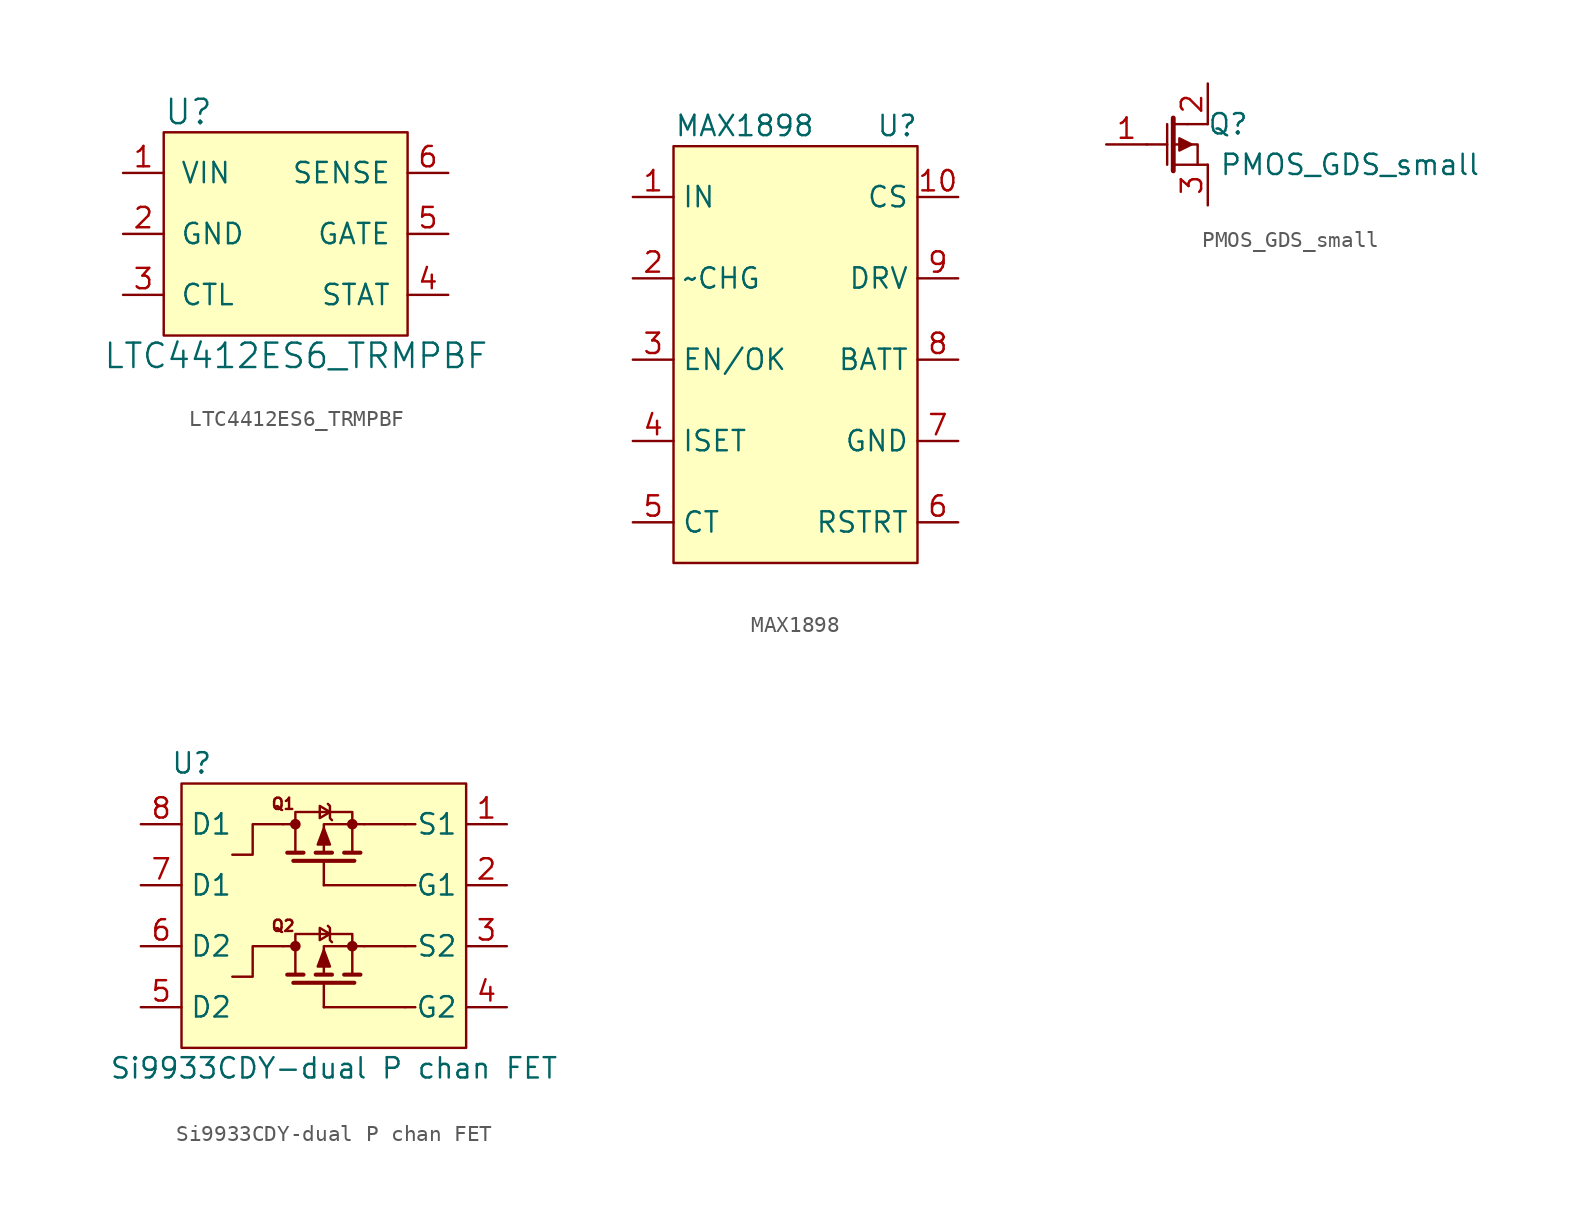
<source format=kicad_sym>
(kicad_symbol_lib
  (version 20210619)
  (generator kicad_symbol_editor)
  (symbol "Li-Ion_18650_charger:LTC4412ES6_TRMPBF"
    (pin_names
      (offset 1.016))
    (property "Reference" "U"
      (at -7.62 -3.81 0)
      (effects (font (size 1.524 1.524)) (justify left)))
    (property "Value" "LTC4412ES6_TRMPBF"
      (at -11.43 -19.05 0)
      (effects (font (size 1.524 1.524)) (justify left)))
    (symbol "LTC4412ES6_TRMPBF_0_1"
      (rectangle (start -7.62 -5.08) (end 7.62 -17.78) (stroke (width 0)) (fill (type background))))
    (symbol "LTC4412ES6_TRMPBF_1_1"
      (pin power_in line (at -10.16 -7.62 0) (length 2.54) (name "VIN" (effects (font (size 1.27 1.27)))) (number "1" (effects (font (size 1.27 1.27)))))
      (pin power_in line (at -10.16 -11.43 0) (length 2.54) (name "GND" (effects (font (size 1.27 1.27)))) (number "2" (effects (font (size 1.27 1.27)))))
      (pin input line (at -10.16 -15.24 0) (length 2.54) (name "CTL" (effects (font (size 1.27 1.27)))) (number "3" (effects (font (size 1.27 1.27)))))
      (pin output line (at 10.16 -15.24 180) (length 2.54) (name "STAT" (effects (font (size 1.27 1.27)))) (number "4" (effects (font (size 1.27 1.27)))))
      (pin output line (at 10.16 -11.43 180) (length 2.54) (name "GATE" (effects (font (size 1.27 1.27)))) (number "5" (effects (font (size 1.27 1.27)))))
      (pin input line (at 10.16 -7.62 180) (length 2.54) (name "SENSE" (effects (font (size 1.27 1.27)))) (number "6" (effects (font (size 1.27 1.27)))))))
  (symbol "Li-Ion_18650_charger:MAX1898"
    (property "Reference" "U"
      (at 6.35 14.605 0)
      (effects (font (size 1.27 1.27))))
    (property "Value" "MAX1898"
      (at -3.175 14.605 0)
      (effects (font (size 1.27 1.27))))
    (symbol "MAX1898_0_1"
      (rectangle (start -7.62 13.335) (end 7.62 -12.7) (stroke (width 0.152)) (fill (type background))))
    (symbol "MAX1898_1_1"
      (pin power_in line (at -10.16 10.16 0) (length 2.54) (name "IN" (effects (font (size 1.27 1.27)))) (number "1" (effects (font (size 1.27 1.27)))))
      (pin input line (at 10.16 10.16 180) (length 2.54) (name "CS" (effects (font (size 1.27 1.27)))) (number "10" (effects (font (size 1.27 1.27)))))
      (pin output line (at -10.16 5.08 0) (length 2.54) (name "~CHG" (effects (font (size 1.27 1.27)))) (number "2" (effects (font (size 1.27 1.27)))))
      (pin bidirectional line (at -10.16 0 0) (length 2.54) (name "EN/OK" (effects (font (size 1.27 1.27)))) (number "3" (effects (font (size 1.27 1.27)))))
      (pin input line (at -10.16 -5.08 0) (length 2.54) (name "ISET" (effects (font (size 1.27 1.27)))) (number "4" (effects (font (size 1.27 1.27)))))
      (pin input line (at -10.16 -10.16 0) (length 2.54) (name "CT" (effects (font (size 1.27 1.27)))) (number "5" (effects (font (size 1.27 1.27)))))
      (pin input line (at 10.16 -10.16 180) (length 2.54) (name "RSTRT" (effects (font (size 1.27 1.27)))) (number "6" (effects (font (size 1.27 1.27)))))
      (pin power_in line (at 10.16 -5.08 180) (length 2.54) (name "GND" (effects (font (size 1.27 1.27)))) (number "7" (effects (font (size 1.27 1.27)))))
      (pin passive line (at 10.16 0 180) (length 2.54) (name "BATT" (effects (font (size 1.27 1.27)))) (number "8" (effects (font (size 1.27 1.27)))))
      (pin output line (at 10.16 5.08 180) (length 2.54) (name "DRV" (effects (font (size 1.27 1.27)))) (number "9" (effects (font (size 1.27 1.27)))))))
  (symbol "Li-Ion_18650_charger:PMOS_GDS_small"
    (property "Reference" "Q"
      (at 3.81 1.27 0)
      (effects (font (size 1.27 1.27))))
    (property "Value" "PMOS_GDS_small"
      (at 11.43 -1.27 0)
      (effects (font (size 1.27 1.27))))
    (symbol "PMOS_GDS_small_0_1"
      (polyline (pts (xy -1.27 0) (xy 0 0)) (stroke (width 0.152)) (fill (type none)))
      (polyline (pts (xy 0 1.27) (xy 0 -1.27)) (stroke (width 0.152)) (fill (type none)))
      (polyline (pts (xy 0.381 0) (xy 1.27 0)) (stroke (width 0.152)) (fill (type none)))
      (polyline (pts (xy 0.381 1.27) (xy 1.27 1.27)) (stroke (width 0.152)) (fill (type none)))
      (polyline (pts (xy 0.381 1.651) (xy 0.381 -1.651)) (stroke (width 0.305)) (fill (type none)))
      (polyline (pts (xy 1.27 1.27) (xy 2.54 1.27)) (stroke (width 0.152)) (fill (type none)))
      (polyline (pts (xy 2.54 -1.27) (xy 1.905 -1.27)) (stroke (width 0.152)) (fill (type none)))
      (polyline (pts (xy 0.381 -1.27) (xy 1.905 -1.27) (xy 1.905 0) (xy 1.27 0)) (stroke (width 0.152)) (fill (type none)))
      (polyline (pts (xy 1.524 0) (xy 0.762 0.381) (xy 0.762 -0.381) (xy 1.524 0)) (stroke (width 0.152)) (fill (type outline))))
    (symbol "PMOS_GDS_small_1_1"
      (pin passive line (at -3.81 0 0) (length 2.54) (name "" (effects (font (size 1.27 1.27)))) (number "1" (effects (font (size 1.27 1.27)))))
      (pin passive line (at 2.54 3.81 270) (length 2.54) (name "" (effects (font (size 1.27 1.27)))) (number "2" (effects (font (size 1.27 1.27)))))
      (pin passive line (at 2.54 -3.81 90) (length 2.54) (name "" (effects (font (size 1.27 1.27)))) (number "3" (effects (font (size 1.27 1.27)))))))
  (symbol "Li-Ion_18650_charger:Si9933CDY-dual P chan FET"
    (property "Reference" "U"
      (at -8.255 1.27 0)
      (effects (font (size 1.27 1.27))))
    (property "Value" "Si9933CDY-dual P chan FET"
      (at 0.635 -17.78 0)
      (effects (font (size 1.27 1.27))))
    (symbol "Si9933CDY-dual P chan FET_0_0"
      (text "Q1" (at -2.54 -1.27 0) (effects (font (size 0.7 0.7))))
      (text "Q2" (at -2.54 -8.89 0) (effects (font (size 0.7 0.7))))
      (polyline (pts (xy 5.08 -13.97) (xy 5.715 -13.97)) (stroke (width 0.152)) (fill (type none)))
      (polyline (pts (xy 5.08 -10.16) (xy 5.715 -10.16)) (stroke (width 0.152)) (fill (type none)))
      (polyline (pts (xy 5.08 -6.35) (xy 5.715 -6.35)) (stroke (width 0.152)) (fill (type none)))
      (polyline (pts (xy 5.08 -2.54) (xy 5.715 -2.54)) (stroke (width 0.152)) (fill (type none)))
      (polyline (pts (xy -2.54 -10.16) (xy -4.445 -10.16) (xy -4.445 -12.065) (xy -5.715 -12.065)) (stroke (width 0.152)) (fill (type none)))
      (polyline (pts (xy -2.54 -2.54) (xy -4.445 -2.54) (xy -4.445 -4.445) (xy -5.715 -4.445)) (stroke (width 0.152)) (fill (type none))))
    (symbol "Si9933CDY-dual P chan FET_0_1"
      (circle (center -1.778 -10.16) (radius 0.254) (stroke (width 0)) (fill (type outline)))
      (circle (center -1.778 -2.54) (radius 0.254) (stroke (width 0)) (fill (type outline)))
      (circle (center 1.778 -10.16) (radius 0.254) (stroke (width 0)) (fill (type outline)))
      (circle (center 1.778 -2.54) (radius 0.254) (stroke (width 0)) (fill (type outline)))
      (rectangle (start -8.89 0) (end 8.89 -16.51) (stroke (width 0.152)) (fill (type background)))
      (polyline (pts (xy -2.54 -10.16) (xy -1.778 -10.16)) (stroke (width 0)) (fill (type none)))
      (polyline (pts (xy -2.54 -2.54) (xy -1.778 -2.54)) (stroke (width 0)) (fill (type none)))
      (polyline (pts (xy -2.286 -11.938) (xy -1.27 -11.938)) (stroke (width 0.254)) (fill (type none)))
      (polyline (pts (xy -2.286 -4.318) (xy -1.27 -4.318)) (stroke (width 0.254)) (fill (type none)))
      (polyline (pts (xy -1.905 -12.446) (xy 1.905 -12.446)) (stroke (width 0.254)) (fill (type none)))
      (polyline (pts (xy -1.905 -4.826) (xy 1.905 -4.826)) (stroke (width 0.254)) (fill (type none)))
      (polyline (pts (xy -0.508 -11.938) (xy 0.508 -11.938)) (stroke (width 0.254)) (fill (type none)))
      (polyline (pts (xy -0.508 -4.318) (xy 0.508 -4.318)) (stroke (width 0.254)) (fill (type none)))
      (polyline (pts (xy 0 -13.97) (xy 5.08 -13.97)) (stroke (width 0.152)) (fill (type none)))
      (polyline (pts (xy 0 -12.446) (xy 0 -13.97)) (stroke (width 0)) (fill (type none)))
      (polyline (pts (xy 0 -6.35) (xy 5.08 -6.35)) (stroke (width 0.152)) (fill (type none)))
      (polyline (pts (xy 0 -4.826) (xy 0 -6.35)) (stroke (width 0)) (fill (type none)))
      (polyline (pts (xy 1.27 -11.938) (xy 2.286 -11.938)) (stroke (width 0.254)) (fill (type none)))
      (polyline (pts (xy 1.27 -4.318) (xy 2.286 -4.318)) (stroke (width 0.254)) (fill (type none)))
      (polyline (pts (xy 2.54 -10.16) (xy 5.08 -10.16)) (stroke (width 0.152)) (fill (type none)))
      (polyline (pts (xy 2.54 -2.54) (xy 5.08 -2.54)) (stroke (width 0.152)) (fill (type none)))
      (polyline (pts (xy 2.54 -10.16) (xy 0 -10.16) (xy 0 -11.938)) (stroke (width 0)) (fill (type none)))
      (polyline (pts (xy 2.54 -2.54) (xy 0 -2.54) (xy 0 -4.318)) (stroke (width 0)) (fill (type none)))
      (polyline (pts (xy -1.778 -11.938) (xy -1.778 -9.398) (xy 1.778 -9.398) (xy 1.778 -11.938)) (stroke (width 0)) (fill (type none)))
      (polyline (pts (xy -1.778 -4.318) (xy -1.778 -1.778) (xy 1.778 -1.778) (xy 1.778 -4.318)) (stroke (width 0)) (fill (type none)))
      (polyline (pts (xy 0.381 -9.398) (xy -0.254 -9.779) (xy -0.254 -9.017) (xy 0.381 -9.398)) (stroke (width 0)) (fill (type none)))
      (polyline (pts (xy 0.381 -1.778) (xy -0.254 -2.159) (xy -0.254 -1.397) (xy 0.381 -1.778)) (stroke (width 0)) (fill (type none)))
      (polyline (pts (xy 0.508 -9.906) (xy 0.381 -9.779) (xy 0.381 -9.017) (xy 0.254 -8.89)) (stroke (width 0)) (fill (type none)))
      (polyline (pts (xy 0.508 -2.286) (xy 0.381 -2.159) (xy 0.381 -1.397) (xy 0.254 -1.27)) (stroke (width 0)) (fill (type none)))
      (polyline (pts (xy 0 -10.414) (xy -0.381 -11.43) (xy 0.381 -11.43) (xy 0 -10.414)) (stroke (width 0)) (fill (type outline)))
      (polyline (pts (xy 0 -2.794) (xy -0.381 -3.81) (xy 0.381 -3.81) (xy 0 -2.794)) (stroke (width 0)) (fill (type outline))))
    (symbol "Si9933CDY-dual P chan FET_1_1"
      (pin passive line (at 11.43 -2.54 180) (length 2.54) (name "S1" (effects (font (size 1.27 1.27)))) (number "1" (effects (font (size 1.27 1.27)))))
      (pin input line (at 11.43 -6.35 180) (length 2.54) (name "G1" (effects (font (size 1.27 1.27)))) (number "2" (effects (font (size 1.27 1.27)))))
      (pin passive line (at 11.43 -10.16 180) (length 2.54) (name "S2" (effects (font (size 1.27 1.27)))) (number "3" (effects (font (size 1.27 1.27)))))
      (pin input line (at 11.43 -13.97 180) (length 2.54) (name "G2" (effects (font (size 1.27 1.27)))) (number "4" (effects (font (size 1.27 1.27)))))
      (pin passive line (at -11.43 -13.97 0) (length 2.54) (name "D2" (effects (font (size 1.27 1.27)))) (number "5" (effects (font (size 1.27 1.27)))))
      (pin passive line (at -11.43 -10.16 0) (length 2.54) (name "D2" (effects (font (size 1.27 1.27)))) (number "6" (effects (font (size 1.27 1.27)))))
      (pin passive line (at -11.43 -6.35 0) (length 2.54) (name "D1" (effects (font (size 1.27 1.27)))) (number "7" (effects (font (size 1.27 1.27)))))
      (pin passive line (at -11.43 -2.54 0) (length 2.54) (name "D1" (effects (font (size 1.27 1.27)))) (number "8" (effects (font (size 1.27 1.27))))))))
</source>
